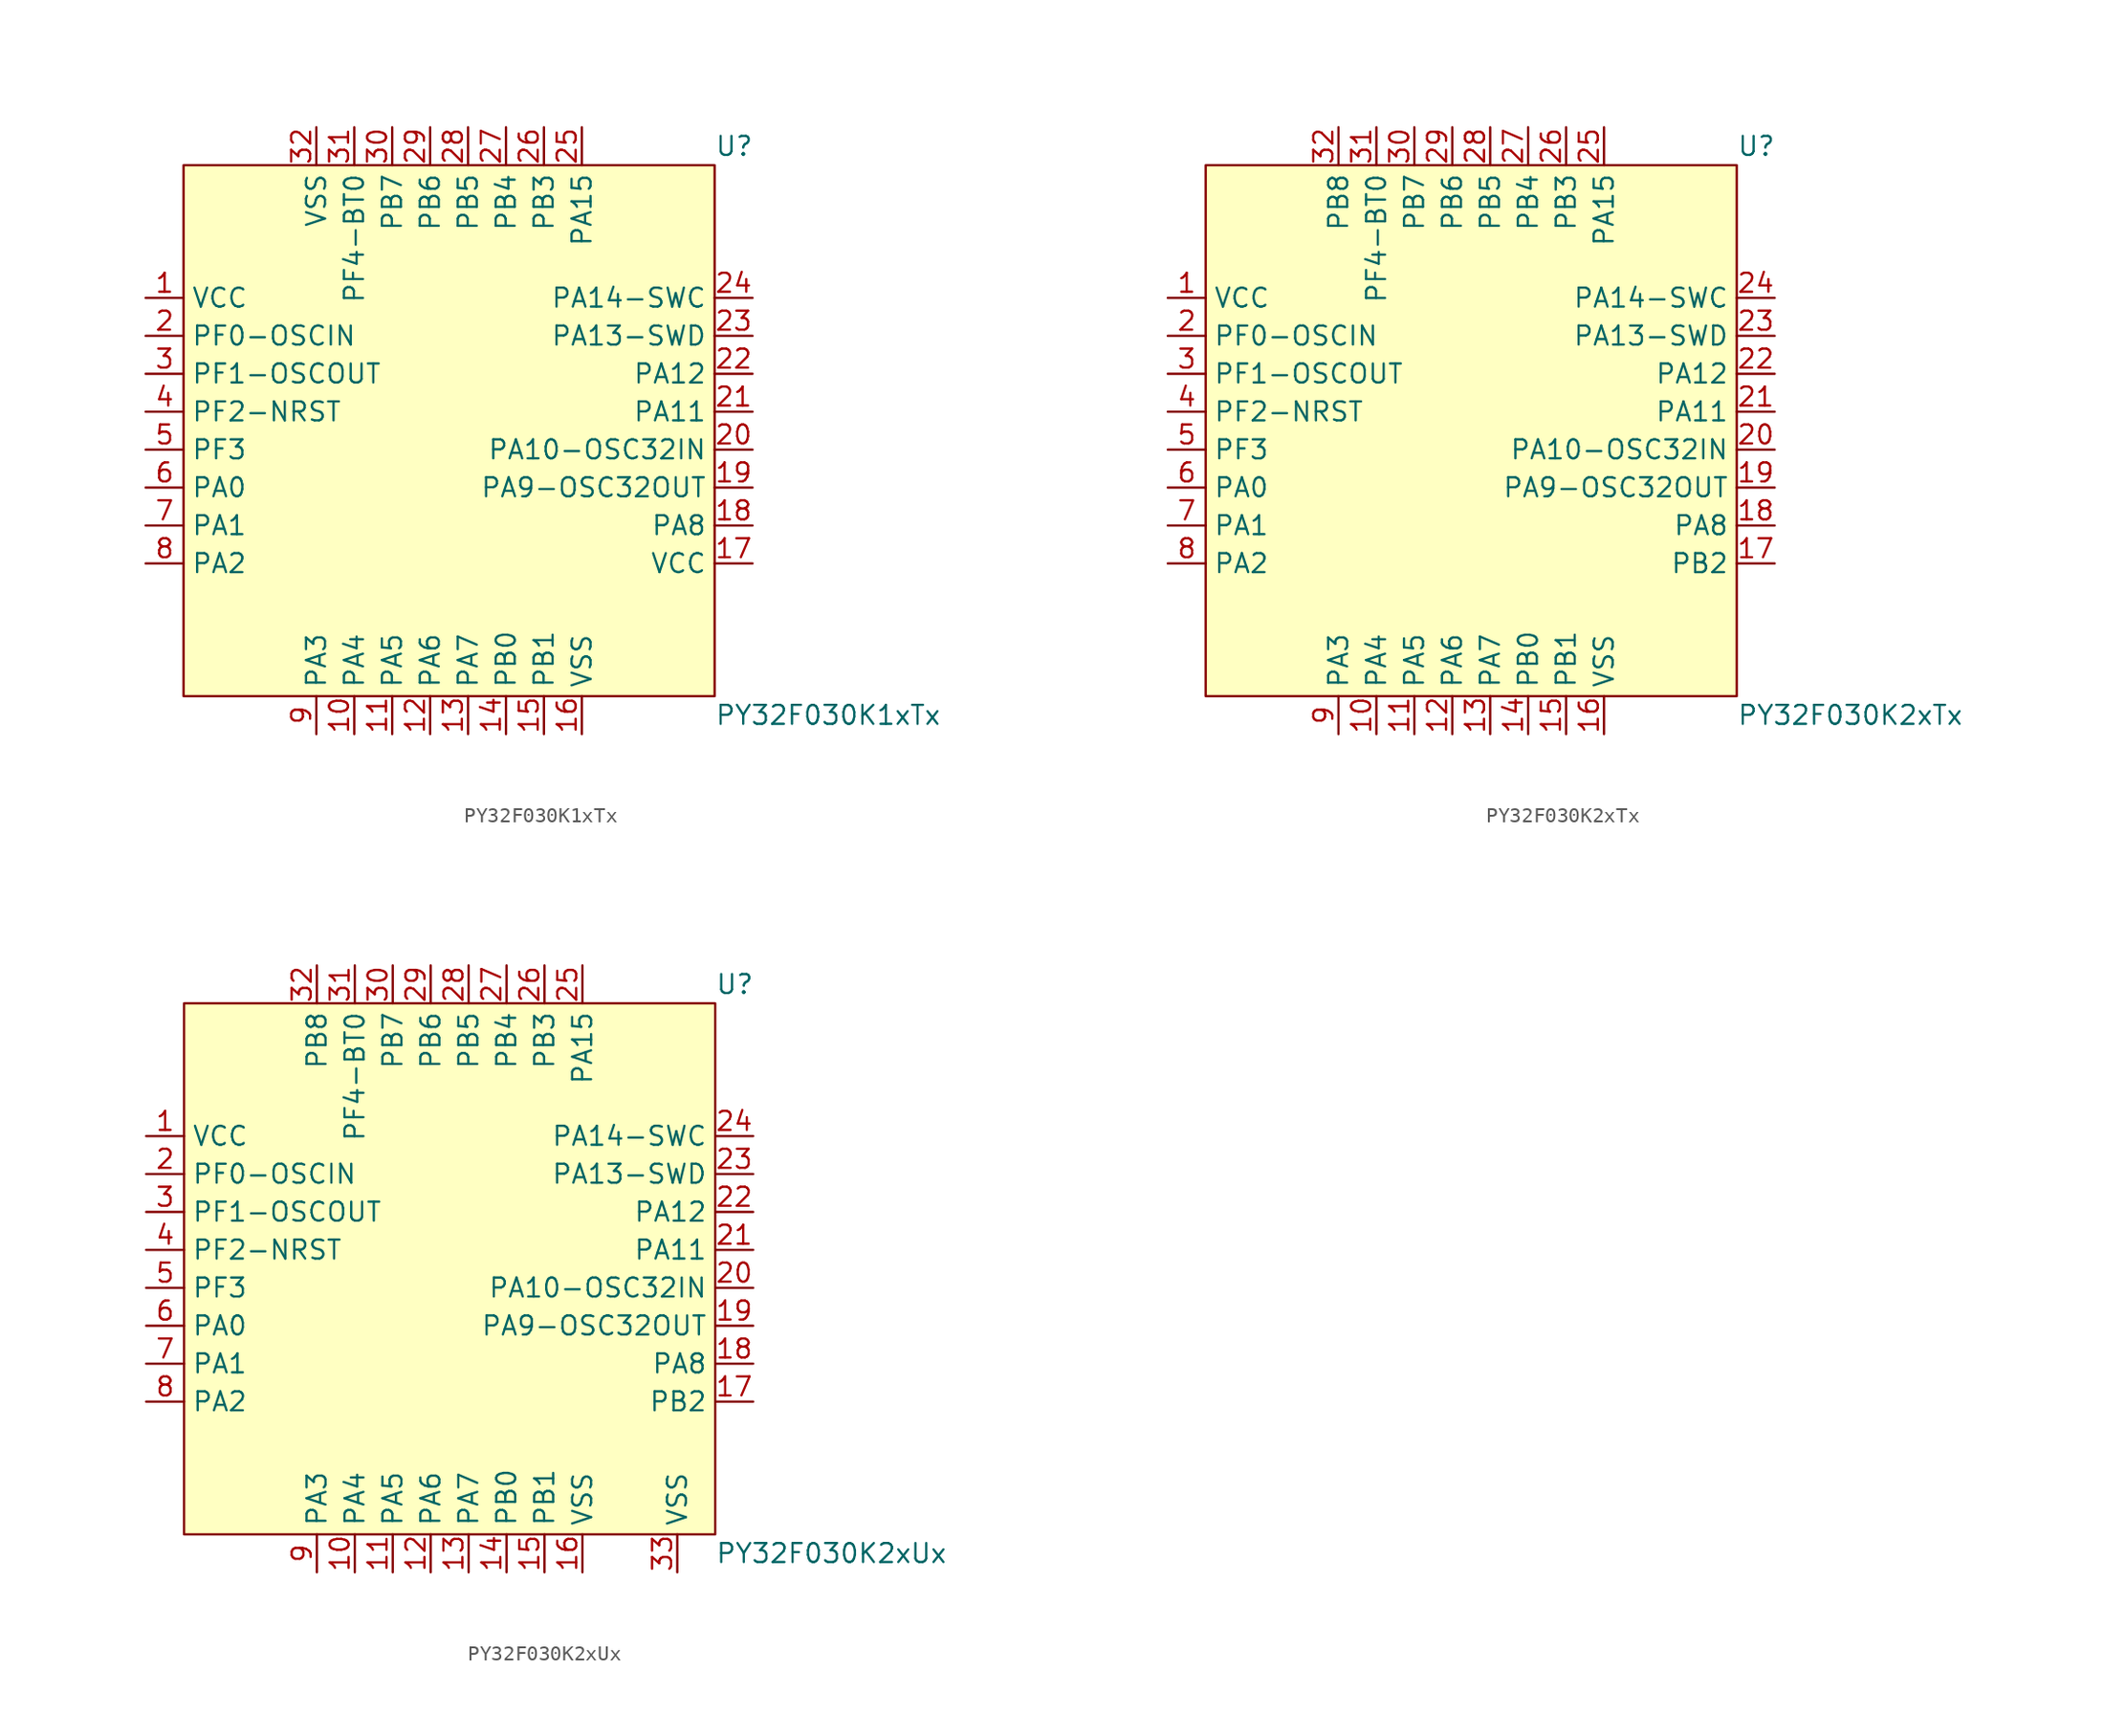
<source format=kicad_sym>
(kicad_symbol_lib
  (version 20241209)
  (generator "kicad_symbol_editor")
  (generator_version "9.0")
  (symbol "PY32F030K1xTx"
    (property "Reference" "U"
      (at 19.05 17.78 0)
      (effects (font (size 1.27 1.27)) (justify left)))
    (property "Value" "PY32F030K1xTx"
      (at 19.05 -20.32 0)
      (effects (font (size 1.27 1.27)) (justify left)))
    (symbol "PY32F030K1xTx_0_0"
      (pin bidirectional line (at -19.05 7.62 0) (length 2.54) (name "VCC" (effects (font (size 1.27 1.27)))) (number "1" (effects (font (size 1.27 1.27)))))
      (pin bidirectional line (at -19.05 5.08 0) (length 2.54) (name "PF0-OSCIN" (effects (font (size 1.27 1.27)))) (number "2" (effects (font (size 1.27 1.27)))))
      (pin bidirectional line (at -19.05 2.54 0) (length 2.54) (name "PF1-OSCOUT" (effects (font (size 1.27 1.27)))) (number "3" (effects (font (size 1.27 1.27)))))
      (pin bidirectional line (at -19.05 0 0) (length 2.54) (name "PF2-NRST" (effects (font (size 1.27 1.27)))) (number "4" (effects (font (size 1.27 1.27)))))
      (pin bidirectional line (at -19.05 -2.54 0) (length 2.54) (name "PF3" (effects (font (size 1.27 1.27)))) (number "5" (effects (font (size 1.27 1.27)))))
      (pin bidirectional line (at -19.05 -5.08 0) (length 2.54) (name "PA0" (effects (font (size 1.27 1.27)))) (number "6" (effects (font (size 1.27 1.27)))))
      (pin bidirectional line (at -19.05 -7.62 0) (length 2.54) (name "PA1" (effects (font (size 1.27 1.27)))) (number "7" (effects (font (size 1.27 1.27)))))
      (pin bidirectional line (at -19.05 -10.16 0) (length 2.54) (name "PA2" (effects (font (size 1.27 1.27)))) (number "8" (effects (font (size 1.27 1.27)))))
      (pin bidirectional line (at -7.62 19.05 270) (length 2.54) (name "VSS" (effects (font (size 1.27 1.27)))) (number "32" (effects (font (size 1.27 1.27)))))
      (pin bidirectional line (at -7.62 -21.59 90) (length 2.54) (name "PA3" (effects (font (size 1.27 1.27)))) (number "9" (effects (font (size 1.27 1.27)))))
      (pin bidirectional line (at -5.08 -21.59 90) (length 2.54) (name "PA4" (effects (font (size 1.27 1.27)))) (number "10" (effects (font (size 1.27 1.27)))))
      (pin bidirectional line (at -2.54 19.05 270) (length 2.54) (name "PB7" (effects (font (size 1.27 1.27)))) (number "30" (effects (font (size 1.27 1.27)))))
      (pin bidirectional line (at -2.54 -21.59 90) (length 2.54) (name "PA5" (effects (font (size 1.27 1.27)))) (number "11" (effects (font (size 1.27 1.27)))))
      (pin bidirectional line (at 0 19.05 270) (length 2.54) (name "PB6" (effects (font (size 1.27 1.27)))) (number "29" (effects (font (size 1.27 1.27)))))
      (pin bidirectional line (at 0 -21.59 90) (length 2.54) (name "PA6" (effects (font (size 1.27 1.27)))) (number "12" (effects (font (size 1.27 1.27)))))
      (pin bidirectional line (at 2.54 19.05 270) (length 2.54) (name "PB5" (effects (font (size 1.27 1.27)))) (number "28" (effects (font (size 1.27 1.27)))))
      (pin bidirectional line (at 2.54 -21.59 90) (length 2.54) (name "PA7" (effects (font (size 1.27 1.27)))) (number "13" (effects (font (size 1.27 1.27)))))
      (pin bidirectional line (at 5.08 19.05 270) (length 2.54) (name "PB4" (effects (font (size 1.27 1.27)))) (number "27" (effects (font (size 1.27 1.27)))))
      (pin bidirectional line (at 5.08 -21.59 90) (length 2.54) (name "PB0" (effects (font (size 1.27 1.27)))) (number "14" (effects (font (size 1.27 1.27)))))
      (pin bidirectional line (at 7.62 19.05 270) (length 2.54) (name "PB3" (effects (font (size 1.27 1.27)))) (number "26" (effects (font (size 1.27 1.27)))))
      (pin bidirectional line (at 7.62 -21.59 90) (length 2.54) (name "PB1" (effects (font (size 1.27 1.27)))) (number "15" (effects (font (size 1.27 1.27)))))
      (pin bidirectional line (at 10.16 -21.59 90) (length 2.54) (name "VSS" (effects (font (size 1.27 1.27)))) (number "16" (effects (font (size 1.27 1.27)))))
      (pin bidirectional line (at 21.59 5.08 180) (length 2.54) (name "PA13-SWD" (effects (font (size 1.27 1.27)))) (number "23" (effects (font (size 1.27 1.27)))))
      (pin bidirectional line (at 21.59 2.54 180) (length 2.54) (name "PA12" (effects (font (size 1.27 1.27)))) (number "22" (effects (font (size 1.27 1.27)))))
      (pin bidirectional line (at 21.59 0 180) (length 2.54) (name "PA11" (effects (font (size 1.27 1.27)))) (number "21" (effects (font (size 1.27 1.27)))))
      (pin bidirectional line (at 21.59 -2.54 180) (length 2.54) (name "PA10-OSC32IN" (effects (font (size 1.27 1.27)))) (number "20" (effects (font (size 1.27 1.27)))))
      (pin bidirectional line (at 21.59 -5.08 180) (length 2.54) (name "PA9-OSC32OUT" (effects (font (size 1.27 1.27)))) (number "19" (effects (font (size 1.27 1.27)))))
      (pin bidirectional line (at 21.59 -7.62 180) (length 2.54) (name "PA8" (effects (font (size 1.27 1.27)))) (number "18" (effects (font (size 1.27 1.27)))))
      (pin bidirectional line (at 21.59 -10.16 180) (length 2.54) (name "VCC" (effects (font (size 1.27 1.27)))) (number "17" (effects (font (size 1.27 1.27))))))
    (symbol "PY32F030K1xTx_1_0"
      (pin bidirectional line (at -5.08 19.05 270) (length 2.54) (name "PF4-BT0" (effects (font (size 1.27 1.27)))) (number "31" (effects (font (size 1.27 1.27)))))
      (pin bidirectional line (at 10.16 19.05 270) (length 2.54) (name "PA15" (effects (font (size 1.27 1.27)))) (number "25" (effects (font (size 1.27 1.27)))))
      (pin bidirectional line (at 21.59 7.62 180) (length 2.54) (name "PA14-SWC" (effects (font (size 1.27 1.27)))) (number "24" (effects (font (size 1.27 1.27))))))
    (symbol "PY32F030K1xTx_1_1"
      (rectangle (start -16.51 16.51) (end 19.05 -19.05) (stroke (width 0) (type solid)) (fill (type background)))))
  (symbol "PY32F030K2xTx"
    (property "Reference" "U"
      (at 19.05 17.78 0)
      (effects (font (size 1.27 1.27)) (justify left)))
    (property "Value" "PY32F030K2xTx"
      (at 19.05 -20.32 0)
      (effects (font (size 1.27 1.27)) (justify left)))
    (symbol "PY32F030K2xTx_0_0"
      (pin bidirectional line (at -19.05 7.62 0) (length 2.54) (name "VCC" (effects (font (size 1.27 1.27)))) (number "1" (effects (font (size 1.27 1.27)))))
      (pin bidirectional line (at -19.05 5.08 0) (length 2.54) (name "PF0-OSCIN" (effects (font (size 1.27 1.27)))) (number "2" (effects (font (size 1.27 1.27)))))
      (pin bidirectional line (at -19.05 2.54 0) (length 2.54) (name "PF1-OSCOUT" (effects (font (size 1.27 1.27)))) (number "3" (effects (font (size 1.27 1.27)))))
      (pin bidirectional line (at -19.05 0 0) (length 2.54) (name "PF2-NRST" (effects (font (size 1.27 1.27)))) (number "4" (effects (font (size 1.27 1.27)))))
      (pin bidirectional line (at -19.05 -2.54 0) (length 2.54) (name "PF3" (effects (font (size 1.27 1.27)))) (number "5" (effects (font (size 1.27 1.27)))))
      (pin bidirectional line (at -19.05 -5.08 0) (length 2.54) (name "PA0" (effects (font (size 1.27 1.27)))) (number "6" (effects (font (size 1.27 1.27)))))
      (pin bidirectional line (at -19.05 -7.62 0) (length 2.54) (name "PA1" (effects (font (size 1.27 1.27)))) (number "7" (effects (font (size 1.27 1.27)))))
      (pin bidirectional line (at -19.05 -10.16 0) (length 2.54) (name "PA2" (effects (font (size 1.27 1.27)))) (number "8" (effects (font (size 1.27 1.27)))))
      (pin bidirectional line (at -7.62 19.05 270) (length 2.54) (name "PB8" (effects (font (size 1.27 1.27)))) (number "32" (effects (font (size 1.27 1.27)))))
      (pin bidirectional line (at -7.62 -21.59 90) (length 2.54) (name "PA3" (effects (font (size 1.27 1.27)))) (number "9" (effects (font (size 1.27 1.27)))))
      (pin bidirectional line (at -5.08 -21.59 90) (length 2.54) (name "PA4" (effects (font (size 1.27 1.27)))) (number "10" (effects (font (size 1.27 1.27)))))
      (pin bidirectional line (at -2.54 19.05 270) (length 2.54) (name "PB7" (effects (font (size 1.27 1.27)))) (number "30" (effects (font (size 1.27 1.27)))))
      (pin bidirectional line (at -2.54 -21.59 90) (length 2.54) (name "PA5" (effects (font (size 1.27 1.27)))) (number "11" (effects (font (size 1.27 1.27)))))
      (pin bidirectional line (at 0 19.05 270) (length 2.54) (name "PB6" (effects (font (size 1.27 1.27)))) (number "29" (effects (font (size 1.27 1.27)))))
      (pin bidirectional line (at 0 -21.59 90) (length 2.54) (name "PA6" (effects (font (size 1.27 1.27)))) (number "12" (effects (font (size 1.27 1.27)))))
      (pin bidirectional line (at 2.54 19.05 270) (length 2.54) (name "PB5" (effects (font (size 1.27 1.27)))) (number "28" (effects (font (size 1.27 1.27)))))
      (pin bidirectional line (at 2.54 -21.59 90) (length 2.54) (name "PA7" (effects (font (size 1.27 1.27)))) (number "13" (effects (font (size 1.27 1.27)))))
      (pin bidirectional line (at 5.08 19.05 270) (length 2.54) (name "PB4" (effects (font (size 1.27 1.27)))) (number "27" (effects (font (size 1.27 1.27)))))
      (pin bidirectional line (at 5.08 -21.59 90) (length 2.54) (name "PB0" (effects (font (size 1.27 1.27)))) (number "14" (effects (font (size 1.27 1.27)))))
      (pin bidirectional line (at 7.62 19.05 270) (length 2.54) (name "PB3" (effects (font (size 1.27 1.27)))) (number "26" (effects (font (size 1.27 1.27)))))
      (pin bidirectional line (at 7.62 -21.59 90) (length 2.54) (name "PB1" (effects (font (size 1.27 1.27)))) (number "15" (effects (font (size 1.27 1.27)))))
      (pin bidirectional line (at 10.16 -21.59 90) (length 2.54) (name "VSS" (effects (font (size 1.27 1.27)))) (number "16" (effects (font (size 1.27 1.27)))))
      (pin bidirectional line (at 21.59 5.08 180) (length 2.54) (name "PA13-SWD" (effects (font (size 1.27 1.27)))) (number "23" (effects (font (size 1.27 1.27)))))
      (pin bidirectional line (at 21.59 2.54 180) (length 2.54) (name "PA12" (effects (font (size 1.27 1.27)))) (number "22" (effects (font (size 1.27 1.27)))))
      (pin bidirectional line (at 21.59 0 180) (length 2.54) (name "PA11" (effects (font (size 1.27 1.27)))) (number "21" (effects (font (size 1.27 1.27)))))
      (pin bidirectional line (at 21.59 -2.54 180) (length 2.54) (name "PA10-OSC32IN" (effects (font (size 1.27 1.27)))) (number "20" (effects (font (size 1.27 1.27)))))
      (pin bidirectional line (at 21.59 -5.08 180) (length 2.54) (name "PA9-OSC32OUT" (effects (font (size 1.27 1.27)))) (number "19" (effects (font (size 1.27 1.27)))))
      (pin bidirectional line (at 21.59 -7.62 180) (length 2.54) (name "PA8" (effects (font (size 1.27 1.27)))) (number "18" (effects (font (size 1.27 1.27)))))
      (pin bidirectional line (at 21.59 -10.16 180) (length 2.54) (name "PB2" (effects (font (size 1.27 1.27)))) (number "17" (effects (font (size 1.27 1.27))))))
    (symbol "PY32F030K2xTx_1_0"
      (pin bidirectional line (at -5.08 19.05 270) (length 2.54) (name "PF4-BT0" (effects (font (size 1.27 1.27)))) (number "31" (effects (font (size 1.27 1.27)))))
      (pin bidirectional line (at 10.16 19.05 270) (length 2.54) (name "PA15" (effects (font (size 1.27 1.27)))) (number "25" (effects (font (size 1.27 1.27)))))
      (pin bidirectional line (at 21.59 7.62 180) (length 2.54) (name "PA14-SWC" (effects (font (size 1.27 1.27)))) (number "24" (effects (font (size 1.27 1.27))))))
    (symbol "PY32F030K2xTx_1_1"
      (rectangle (start -16.51 16.51) (end 19.05 -19.05) (stroke (width 0) (type solid)) (fill (type background)))))
  (symbol "PY32F030K2xUx"
    (property "Reference" "U"
      (at 19.05 17.78 0)
      (effects (font (size 1.27 1.27)) (justify left)))
    (property "Value" "PY32F030K2xUx"
      (at 19.05 -20.32 0)
      (effects (font (size 1.27 1.27)) (justify left)))
    (symbol "PY32F030K2xUx_0_0"
      (pin bidirectional line (at -19.05 7.62 0) (length 2.54) (name "VCC" (effects (font (size 1.27 1.27)))) (number "1" (effects (font (size 1.27 1.27)))))
      (pin bidirectional line (at -19.05 5.08 0) (length 2.54) (name "PF0-OSCIN" (effects (font (size 1.27 1.27)))) (number "2" (effects (font (size 1.27 1.27)))))
      (pin bidirectional line (at -19.05 0 0) (length 2.54) (name "PF2-NRST" (effects (font (size 1.27 1.27)))) (number "4" (effects (font (size 1.27 1.27)))))
      (pin bidirectional line (at -19.05 -2.54 0) (length 2.54) (name "PF3" (effects (font (size 1.27 1.27)))) (number "5" (effects (font (size 1.27 1.27)))))
      (pin bidirectional line (at -19.05 -5.08 0) (length 2.54) (name "PA0" (effects (font (size 1.27 1.27)))) (number "6" (effects (font (size 1.27 1.27)))))
      (pin bidirectional line (at -19.05 -7.62 0) (length 2.54) (name "PA1" (effects (font (size 1.27 1.27)))) (number "7" (effects (font (size 1.27 1.27)))))
      (pin bidirectional line (at -19.05 -10.16 0) (length 2.54) (name "PA2" (effects (font (size 1.27 1.27)))) (number "8" (effects (font (size 1.27 1.27)))))
      (pin bidirectional line (at -7.62 19.05 270) (length 2.54) (name "PB8" (effects (font (size 1.27 1.27)))) (number "32" (effects (font (size 1.27 1.27)))))
      (pin bidirectional line (at -7.62 -21.59 90) (length 2.54) (name "PA3" (effects (font (size 1.27 1.27)))) (number "9" (effects (font (size 1.27 1.27)))))
      (pin bidirectional line (at -5.08 -21.59 90) (length 2.54) (name "PA4" (effects (font (size 1.27 1.27)))) (number "10" (effects (font (size 1.27 1.27)))))
      (pin bidirectional line (at -2.54 19.05 270) (length 2.54) (name "PB7" (effects (font (size 1.27 1.27)))) (number "30" (effects (font (size 1.27 1.27)))))
      (pin bidirectional line (at -2.54 -21.59 90) (length 2.54) (name "PA5" (effects (font (size 1.27 1.27)))) (number "11" (effects (font (size 1.27 1.27)))))
      (pin bidirectional line (at 0 19.05 270) (length 2.54) (name "PB6" (effects (font (size 1.27 1.27)))) (number "29" (effects (font (size 1.27 1.27)))))
      (pin bidirectional line (at 0 -21.59 90) (length 2.54) (name "PA6" (effects (font (size 1.27 1.27)))) (number "12" (effects (font (size 1.27 1.27)))))
      (pin bidirectional line (at 2.54 19.05 270) (length 2.54) (name "PB5" (effects (font (size 1.27 1.27)))) (number "28" (effects (font (size 1.27 1.27)))))
      (pin bidirectional line (at 2.54 -21.59 90) (length 2.54) (name "PA7" (effects (font (size 1.27 1.27)))) (number "13" (effects (font (size 1.27 1.27)))))
      (pin bidirectional line (at 5.08 19.05 270) (length 2.54) (name "PB4" (effects (font (size 1.27 1.27)))) (number "27" (effects (font (size 1.27 1.27)))))
      (pin bidirectional line (at 5.08 -21.59 90) (length 2.54) (name "PB0" (effects (font (size 1.27 1.27)))) (number "14" (effects (font (size 1.27 1.27)))))
      (pin bidirectional line (at 7.62 19.05 270) (length 2.54) (name "PB3" (effects (font (size 1.27 1.27)))) (number "26" (effects (font (size 1.27 1.27)))))
      (pin bidirectional line (at 7.62 -21.59 90) (length 2.54) (name "PB1" (effects (font (size 1.27 1.27)))) (number "15" (effects (font (size 1.27 1.27)))))
      (pin bidirectional line (at 10.16 -21.59 90) (length 2.54) (name "VSS" (effects (font (size 1.27 1.27)))) (number "16" (effects (font (size 1.27 1.27)))))
      (pin bidirectional line (at 21.59 5.08 180) (length 2.54) (name "PA13-SWD" (effects (font (size 1.27 1.27)))) (number "23" (effects (font (size 1.27 1.27)))))
      (pin bidirectional line (at 21.59 2.54 180) (length 2.54) (name "PA12" (effects (font (size 1.27 1.27)))) (number "22" (effects (font (size 1.27 1.27)))))
      (pin bidirectional line (at 21.59 0 180) (length 2.54) (name "PA11" (effects (font (size 1.27 1.27)))) (number "21" (effects (font (size 1.27 1.27)))))
      (pin bidirectional line (at 21.59 -2.54 180) (length 2.54) (name "PA10-OSC32IN" (effects (font (size 1.27 1.27)))) (number "20" (effects (font (size 1.27 1.27)))))
      (pin bidirectional line (at 21.59 -5.08 180) (length 2.54) (name "PA9-OSC32OUT" (effects (font (size 1.27 1.27)))) (number "19" (effects (font (size 1.27 1.27)))))
      (pin bidirectional line (at 21.59 -7.62 180) (length 2.54) (name "PA8" (effects (font (size 1.27 1.27)))) (number "18" (effects (font (size 1.27 1.27)))))
      (pin bidirectional line (at 21.59 -10.16 180) (length 2.54) (name "PB2" (effects (font (size 1.27 1.27)))) (number "17" (effects (font (size 1.27 1.27))))))
    (symbol "PY32F030K2xUx_1_0"
      (pin bidirectional line (at -19.05 2.54 0) (length 2.54) (name "PF1-OSCOUT" (effects (font (size 1.27 1.27)))) (number "3" (effects (font (size 1.27 1.27)))))
      (pin bidirectional line (at -5.08 19.05 270) (length 2.54) (name "PF4-BT0" (effects (font (size 1.27 1.27)))) (number "31" (effects (font (size 1.27 1.27)))))
      (pin bidirectional line (at 10.16 19.05 270) (length 2.54) (name "PA15" (effects (font (size 1.27 1.27)))) (number "25" (effects (font (size 1.27 1.27)))))
      (pin bidirectional line (at 16.51 -21.59 90) (length 2.54) (name "VSS" (effects (font (size 1.27 1.27)))) (number "33" (effects (font (size 1.27 1.27)))))
      (pin bidirectional line (at 21.59 7.62 180) (length 2.54) (name "PA14-SWC" (effects (font (size 1.27 1.27)))) (number "24" (effects (font (size 1.27 1.27))))))
    (symbol "PY32F030K2xUx_1_1"
      (rectangle (start -16.51 16.51) (end 19.05 -19.05) (stroke (width 0) (type solid)) (fill (type background))))))
</source>
